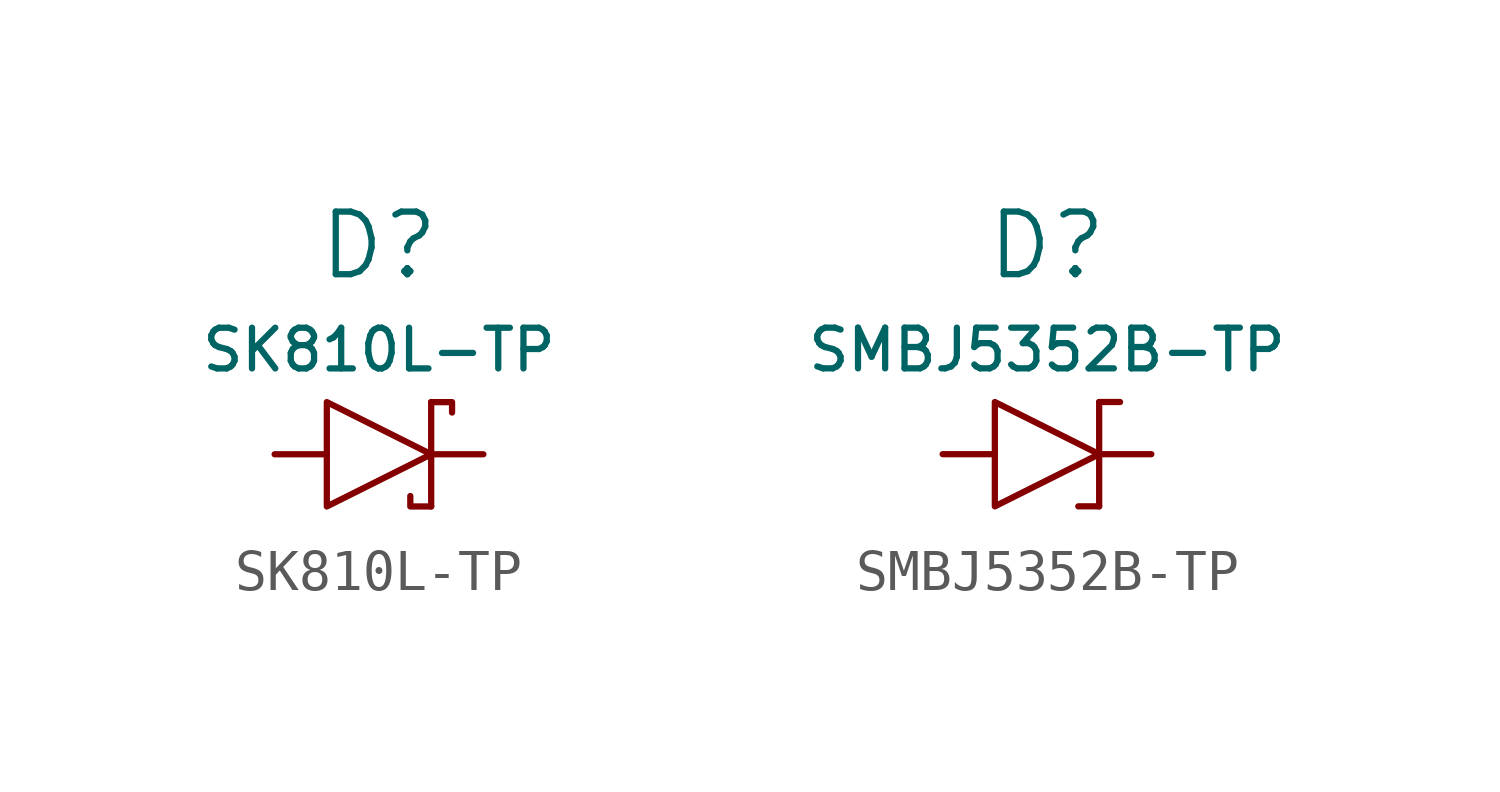
<source format=kicad_sym>
(kicad_symbol_lib
  (version 20220914)
  (generator kicad_symbol_editor)
  (symbol "SK810L-TP"
    (pin_numbers hide)
    (pin_names
      (offset 1.016) hide)
    (property "Reference" "D"
      (at 0 5.08 0)
      (effects (font (size 1.524 1.524))))
    (property "Value" "SK810L-TP"
      (at 0 2.54 0)
      (effects (font (size 0.991 0.991))))
    (property "Footprint" ""
      (at 0 0 0)
      (effects (font (size 1.524 1.524))))
    (property "Datasheet" ""
      (at 0 0 0)
      (effects (font (size 1.524 1.524))))
    (symbol "SK810L-TP_0_1"
      (polyline (pts (xy 1.27 1.27) (xy 1.27 -1.27)) (stroke (width 0) (type solid)) (fill (type none)))
      (polyline (pts (xy 0.762 -1.016) (xy 0.762 -1.27) (xy 1.27 -1.27)) (stroke (width 0) (type solid)) (fill (type none)))
      (polyline (pts (xy 1.778 1.016) (xy 1.778 1.27) (xy 1.27 1.27)) (stroke (width 0) (type solid)) (fill (type none)))
      (polyline (pts (xy -1.27 0) (xy -1.27 1.27) (xy 1.27 0) (xy -1.27 -1.27) (xy -1.27 0)) (stroke (width 0) (type solid)) (fill (type none))))
    (symbol "SK810L-TP_1_1"
      (pin input line (at -2.54 0 0) (length 1.27) (name "A" (effects (font (size 1.27 1.27)))) (number "A" (effects (font (size 1.27 1.27)))))
      (pin output line (at 2.54 0 180) (length 1.27) (name "C" (effects (font (size 1.27 1.27)))) (number "C" (effects (font (size 1.27 1.27)))))))
  (symbol "SMBJ5352B-TP"
    (pin_numbers hide)
    (pin_names
      (offset 1.016) hide)
    (property "Reference" "D"
      (at 0 5.08 0)
      (effects (font (size 1.524 1.524))))
    (property "Value" "SMBJ5352B-TP"
      (at 0 2.54 0)
      (effects (font (size 0.991 0.991))))
    (property "Footprint" ""
      (at 0 0 0)
      (effects (font (size 1.524 1.524))))
    (property "Datasheet" ""
      (at 0 0 0)
      (effects (font (size 1.524 1.524))))
    (symbol "SMBJ5352B-TP_0_1"
      (polyline (pts (xy 0.762 -1.27) (xy 1.27 -1.27)) (stroke (width 0) (type solid)) (fill (type none)))
      (polyline (pts (xy 1.27 1.27) (xy 1.27 -1.27)) (stroke (width 0) (type solid)) (fill (type none)))
      (polyline (pts (xy 1.778 1.27) (xy 1.27 1.27)) (stroke (width 0) (type solid)) (fill (type none)))
      (polyline (pts (xy -1.27 0) (xy -1.27 1.27) (xy 1.27 0) (xy -1.27 -1.27) (xy -1.27 0)) (stroke (width 0) (type solid)) (fill (type none))))
    (symbol "SMBJ5352B-TP_1_1"
      (pin input line (at -2.54 0 0) (length 1.27) (name "A" (effects (font (size 1.27 1.27)))) (number "A" (effects (font (size 1.27 1.27)))))
      (pin input line (at 2.54 0 180) (length 1.27) (name "C" (effects (font (size 1.27 1.27)))) (number "C" (effects (font (size 1.27 1.27))))))))
</source>
